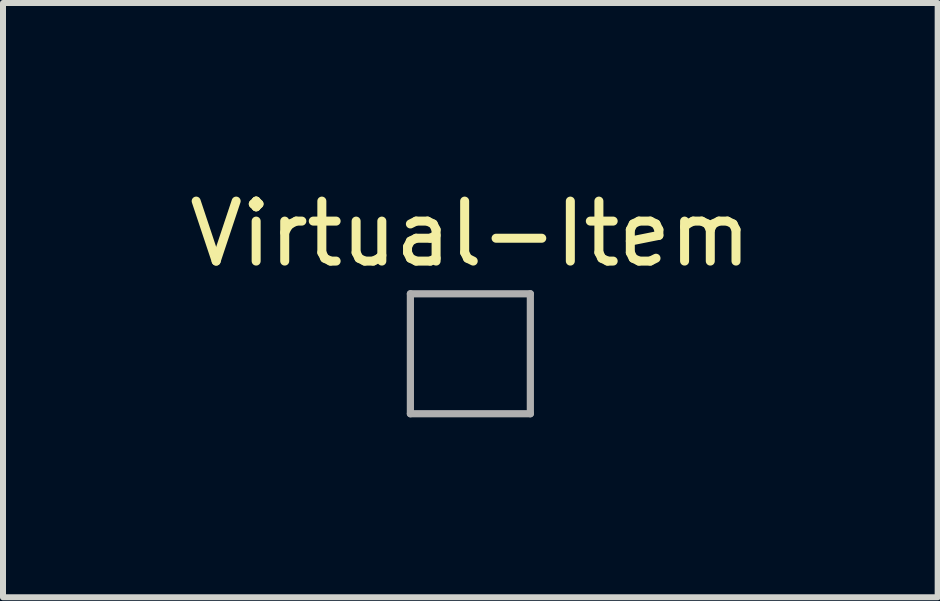
<source format=kicad_pcb>
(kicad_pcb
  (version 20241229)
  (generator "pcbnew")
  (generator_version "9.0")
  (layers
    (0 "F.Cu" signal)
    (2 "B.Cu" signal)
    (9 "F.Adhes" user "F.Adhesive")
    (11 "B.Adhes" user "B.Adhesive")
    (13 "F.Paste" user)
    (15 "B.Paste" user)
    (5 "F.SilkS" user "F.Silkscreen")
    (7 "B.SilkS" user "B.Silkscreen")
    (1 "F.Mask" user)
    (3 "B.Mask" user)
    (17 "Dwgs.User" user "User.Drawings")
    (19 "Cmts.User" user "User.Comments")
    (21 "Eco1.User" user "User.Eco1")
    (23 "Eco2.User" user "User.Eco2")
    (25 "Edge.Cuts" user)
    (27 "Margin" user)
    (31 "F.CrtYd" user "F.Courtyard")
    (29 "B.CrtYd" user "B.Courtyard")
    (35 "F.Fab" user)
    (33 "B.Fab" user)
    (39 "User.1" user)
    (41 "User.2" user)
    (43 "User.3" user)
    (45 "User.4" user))
  (footprint "Virtual-Item"
    (layer "F.Cu")
    (at 4.792 2.848)
    (property "Reference" "Virtual-Item" (at 0 -2 0) (layer "F.SilkS") (effects (font (size 1 1) (thickness 0.15))))
    (attr through_hole)
    (fp_line (start -1 -1) (end 1 -1) (stroke (width 0.12) (type solid)) (layer "F.Fab"))
    (fp_line (start -1 1) (end -1 -1) (stroke (width 0.12) (type solid)) (layer "F.Fab"))
    (fp_line (start 1 -1) (end 1 1) (stroke (width 0.12) (type solid)) (layer "F.Fab"))
    (fp_line (start 1 1) (end -1 1) (stroke (width 0.12) (type solid)) (layer "F.Fab")))
  (gr_rect
    (start -3 -3)
    (end 12.583 6.908)
    (stroke (width 0.1) (type default))
    (fill no)
    (layer "Edge.Cuts")))
</source>
